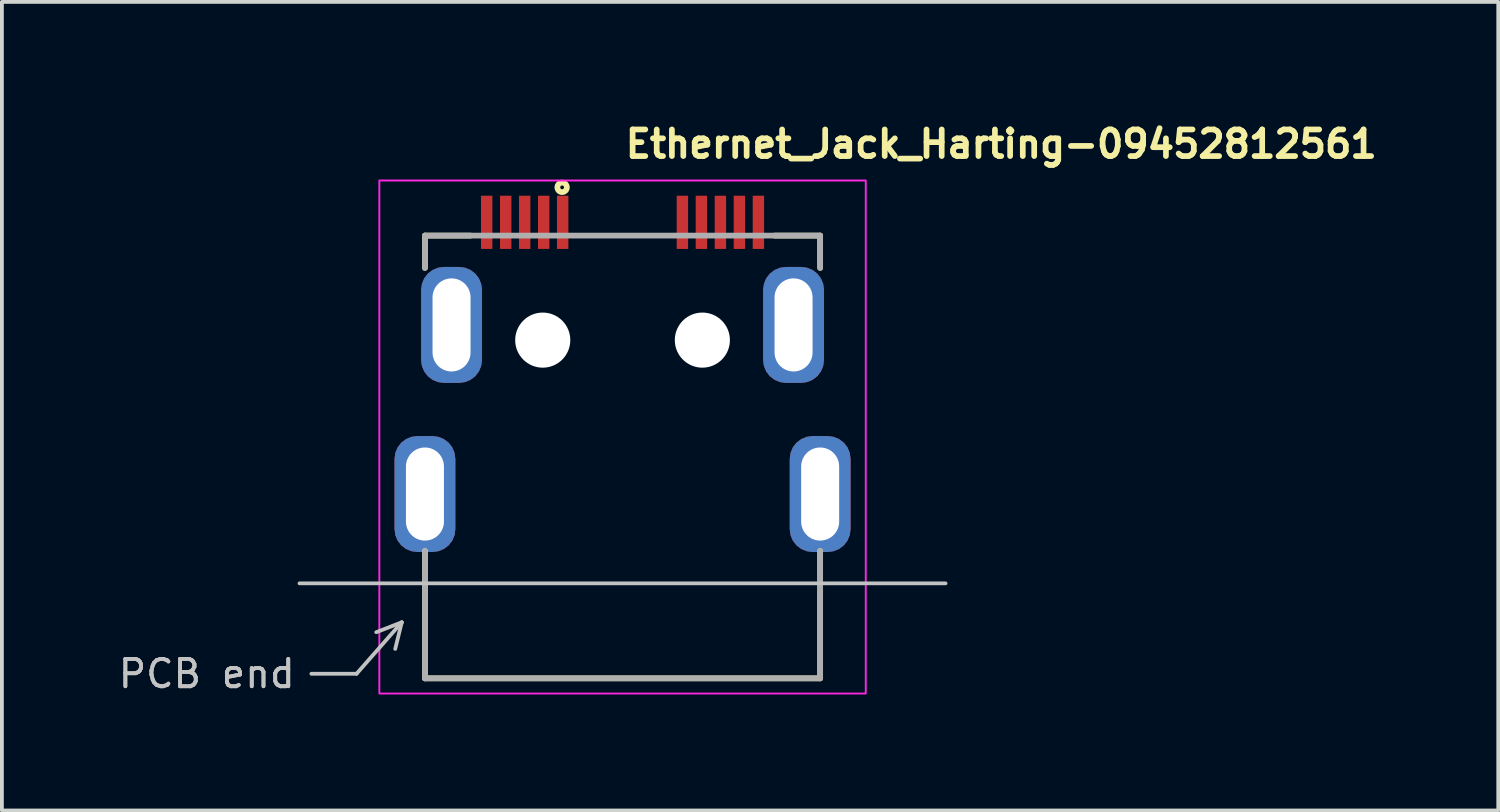
<source format=kicad_pcb>
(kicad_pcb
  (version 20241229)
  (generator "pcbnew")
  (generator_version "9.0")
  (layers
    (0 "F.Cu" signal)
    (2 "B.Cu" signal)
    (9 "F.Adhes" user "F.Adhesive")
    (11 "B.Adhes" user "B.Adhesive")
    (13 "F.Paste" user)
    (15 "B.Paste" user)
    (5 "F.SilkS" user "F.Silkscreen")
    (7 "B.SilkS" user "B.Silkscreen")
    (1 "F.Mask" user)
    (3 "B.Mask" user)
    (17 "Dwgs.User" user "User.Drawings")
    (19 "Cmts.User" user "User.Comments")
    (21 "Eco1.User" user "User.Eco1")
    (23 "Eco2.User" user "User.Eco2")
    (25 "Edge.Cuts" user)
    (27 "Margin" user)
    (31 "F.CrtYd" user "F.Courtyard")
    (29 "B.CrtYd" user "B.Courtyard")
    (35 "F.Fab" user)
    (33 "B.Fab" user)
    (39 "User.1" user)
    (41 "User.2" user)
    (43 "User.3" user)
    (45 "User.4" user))
  (footprint "Ethernet_Jack_Harting-09452812561"
    (layer "F.Cu")
    (at 13.332 8.6)
    (property "Reference" "Ethernet_Jack_Harting-09452812561" (at 0 -7.45 0) (unlocked yes) (layer "F.SilkS") (effects (font (size 0.7 0.7) (thickness 0.15)) (justify left bottom)))
    (attr smd)
    (fp_line (start -5.2 -5.45) (end -4 -5.45) (stroke (width 0.15) (type solid)) (layer "F.SilkS"))
    (fp_line (start -5.2 -4.6) (end -5.2 -5.45) (stroke (width 0.15) (type solid)) (layer "F.SilkS"))
    (fp_line (start -5.2 2.85) (end -5.2 6.2) (stroke (width 0.15) (type solid)) (layer "F.SilkS"))
    (fp_line (start -5.2 6.2) (end 5.2 6.2) (stroke (width 0.15) (type solid)) (layer "F.SilkS"))
    (fp_line (start 4 -5.45) (end 5.2 -5.45) (stroke (width 0.15) (type solid)) (layer "F.SilkS"))
    (fp_line (start 5.2 -5.45) (end 5.2 -4.6) (stroke (width 0.15) (type solid)) (layer "F.SilkS"))
    (fp_line (start 5.2 6.2) (end 5.2 2.85) (stroke (width 0.15) (type solid)) (layer "F.SilkS"))
    (fp_circle (center -1.59 -6.72) (end -1.56 -6.68) (stroke (width 0.15) (type default)) (fill no) (layer "F.SilkS"))
    (fp_line (start -8.5 3.7) (end 8.5 3.7) (stroke (width 0.1) (type solid)) (layer "Dwgs.User"))
    (fp_rect (start -6.4 -6.9) (end 6.4 6.6) (stroke (width 0.05) (type solid)) (fill no) (layer "F.CrtYd"))
    (fp_line (start -5.2 -5.45) (end 5.2 -5.45) (stroke (width 0.15) (type solid)) (layer "F.Fab"))
    (fp_line (start -5.2 -4.6) (end -5.2 -5.45) (stroke (width 0.15) (type solid)) (layer "F.Fab"))
    (fp_line (start -5.2 2.85) (end -5.2 6.2) (stroke (width 0.15) (type solid)) (layer "F.Fab"))
    (fp_line (start -5.2 6.2) (end 5.2 6.2) (stroke (width 0.15) (type solid)) (layer "F.Fab"))
    (fp_line (start 5.2 -5.45) (end 5.2 -4.6) (stroke (width 0.15) (type solid)) (layer "F.Fab"))
    (fp_line (start 5.2 6.2) (end 5.2 2.85) (stroke (width 0.15) (type solid)) (layer "F.Fab"))
    (fp_rect (start -5.4 -6.2) (end 5.4 6.2) (stroke (width 0.1) (type solid)) (fill no) (layer "User.5"))
    (fp_line (start -5.4 0.2) (end -5.4 2.1) (stroke (width 0.02) (type solid)) (layer "User.9"))
    (fp_line (start -5.4 0.2) (end -3.9 0.2) (stroke (width 0.02) (type solid)) (layer "User.9"))
    (fp_line (start -5.2 -4.7) (end -5.2 -4.7) (stroke (width 0.02) (type solid)) (layer "User.9"))
    (fp_line (start -5.2 -4.7) (end -5.2 -0.75) (stroke (width 0.02) (type solid)) (layer "User.9"))
    (fp_line (start -5.2 -0.15) (end -5.2 -0.75) (stroke (width 0.02) (type solid)) (layer "User.9"))
    (fp_line (start -5.2 -0.15) (end -4.95 -0.15) (stroke (width 0.02) (type solid)) (layer "User.9"))
    (fp_line (start -5.199 -4.737) (end -5.2 -4.7) (stroke (width 0.02) (type solid)) (layer "User.9"))
    (fp_line (start -5.195 -4.774) (end -5.199 -4.737) (stroke (width 0.02) (type solid)) (layer "User.9"))
    (fp_line (start -5.185 -4.847) (end -5.195 -4.774) (stroke (width 0.02) (type solid)) (layer "User.9"))
    (fp_line (start -5.165 -4.917) (end -5.185 -4.847) (stroke (width 0.02) (type solid)) (layer "User.9"))
    (fp_line (start -5.139 -4.985) (end -5.165 -4.917) (stroke (width 0.02) (type solid)) (layer "User.9"))
    (fp_line (start -5.106 -5.051) (end -5.139 -4.985) (stroke (width 0.02) (type solid)) (layer "User.9"))
    (fp_line (start -5.067 -5.112) (end -5.106 -5.051) (stroke (width 0.02) (type solid)) (layer "User.9"))
    (fp_line (start -5.045 5.998) (end -5.043 5.994) (stroke (width 0.02) (type solid)) (layer "User.9"))
    (fp_line (start -5.045 5.998) (end -4.7 6.2) (stroke (width 0.02) (type solid)) (layer "User.9"))
    (fp_line (start -5.043 5.994) (end -5.037 5.984) (stroke (width 0.02) (type solid)) (layer "User.9"))
    (fp_line (start -5.037 5.984) (end -5.027 5.968) (stroke (width 0.02) (type solid)) (layer "User.9"))
    (fp_line (start -5.027 5.968) (end -5.016 5.948) (stroke (width 0.02) (type solid)) (layer "User.9"))
    (fp_line (start -5.024 -5.171) (end -5.067 -5.112) (stroke (width 0.02) (type solid)) (layer "User.9"))
    (fp_line (start -5.016 5.948) (end -5 5.921) (stroke (width 0.02) (type solid)) (layer "User.9"))
    (fp_line (start -5 5.921) (end -4.983 5.891) (stroke (width 0.02) (type solid)) (layer "User.9"))
    (fp_line (start -4.983 5.891) (end -4.963 5.859) (stroke (width 0.02) (type solid)) (layer "User.9"))
    (fp_line (start -4.974 -5.224) (end -5.024 -5.171) (stroke (width 0.02) (type solid)) (layer "User.9"))
    (fp_line (start -4.963 5.859) (end -4.944 5.825) (stroke (width 0.02) (type solid)) (layer "User.9"))
    (fp_line (start -4.95 -0.75) (end -5.2 -0.75) (stroke (width 0.02) (type solid)) (layer "User.9"))
    (fp_line (start -4.95 -0.15) (end -4.8 -0.15) (stroke (width 0.02) (type solid)) (layer "User.9"))
    (fp_line (start -4.944 5.825) (end -4.754 5.502) (stroke (width 0.02) (type solid)) (layer "User.9"))
    (fp_line (start -4.92 -5.274) (end -4.974 -5.224) (stroke (width 0.02) (type solid)) (layer "User.9"))
    (fp_line (start -4.862 -5.318) (end -4.92 -5.274) (stroke (width 0.02) (type solid)) (layer "User.9"))
    (fp_line (start -4.8 -5.356) (end -4.862 -5.318) (stroke (width 0.02) (type solid)) (layer "User.9"))
    (fp_line (start -4.8 -4.7) (end -4.8 -0.75) (stroke (width 0.02) (type solid)) (layer "User.9"))
    (fp_line (start -4.8 -4.7) (end -4.796 -4.75) (stroke (width 0.02) (type solid)) (layer "User.9"))
    (fp_line (start -4.8 -0.75) (end -5.2 -0.75) (stroke (width 0.02) (type solid)) (layer "User.9"))
    (fp_line (start -4.8 -0.75) (end -4.95 -0.75) (stroke (width 0.02) (type solid)) (layer "User.9"))
    (fp_line (start -4.8 -0.75) (end -4.8 -0.15) (stroke (width 0.02) (type solid)) (layer "User.9"))
    (fp_line (start -4.796 -4.75) (end -4.786 -4.799) (stroke (width 0.02) (type solid)) (layer "User.9"))
    (fp_line (start -4.786 -4.799) (end -4.768 -4.845) (stroke (width 0.02) (type solid)) (layer "User.9"))
    (fp_line (start -4.768 -4.845) (end -4.744 -4.889) (stroke (width 0.02) (type solid)) (layer "User.9"))
    (fp_line (start -4.754 5.502) (end -4.755 5.502) (stroke (width 0.02) (type solid)) (layer "User.9"))
    (fp_line (start -4.744 -4.889) (end -4.714 -4.929) (stroke (width 0.02) (type solid)) (layer "User.9"))
    (fp_line (start -4.735 -5.389) (end -4.8 -5.356) (stroke (width 0.02) (type solid)) (layer "User.9"))
    (fp_line (start -4.731 5.455) (end -4.755 5.502) (stroke (width 0.02) (type solid)) (layer "User.9"))
    (fp_line (start -4.714 -4.929) (end -4.679 -4.965) (stroke (width 0.02) (type solid)) (layer "User.9"))
    (fp_line (start -4.714 5.405) (end -4.731 5.455) (stroke (width 0.02) (type solid)) (layer "User.9"))
    (fp_line (start -4.704 5.353) (end -4.714 5.405) (stroke (width 0.02) (type solid)) (layer "User.9"))
    (fp_line (start -4.701 -4.45) (end -4.701 -3.85) (stroke (width 0.02) (type solid)) (layer "User.9"))
    (fp_line (start -4.701 -4.45) (end -4.697 -4.496) (stroke (width 0.02) (type solid)) (layer "User.9"))
    (fp_line (start -4.7 -3.85) (end -4.7 0.2) (stroke (width 0.02) (type solid)) (layer "User.9"))
    (fp_line (start -4.7 2.1) (end -4.7 5.3) (stroke (width 0.02) (type solid)) (layer "User.9"))
    (fp_line (start -4.7 2.1) (end -3.9 2.1) (stroke (width 0.02) (type solid)) (layer "User.9"))
    (fp_line (start -4.7 5.3) (end -4.704 5.353) (stroke (width 0.02) (type solid)) (layer "User.9"))
    (fp_line (start -4.7 5.3) (end -4.3 5.3) (stroke (width 0.02) (type solid)) (layer "User.9"))
    (fp_line (start -4.699 6.199) (end -4.7 6.2) (stroke (width 0.02) (type solid)) (layer "User.9"))
    (fp_line (start -4.698 6.196) (end -4.699 6.199) (stroke (width 0.02) (type solid)) (layer "User.9"))
    (fp_line (start -4.697 -4.496) (end -4.687 -4.541) (stroke (width 0.02) (type solid)) (layer "User.9"))
    (fp_line (start -4.692 6.186) (end -4.698 6.196) (stroke (width 0.02) (type solid)) (layer "User.9"))
    (fp_line (start -4.687 -4.541) (end -4.669 -4.584) (stroke (width 0.02) (type solid)) (layer "User.9"))
    (fp_line (start -4.683 6.17) (end -4.692 6.186) (stroke (width 0.02) (type solid)) (layer "User.9"))
    (fp_line (start -4.679 -4.965) (end -4.639 -4.995) (stroke (width 0.02) (type solid)) (layer "User.9"))
    (fp_line (start -4.67 6.149) (end -4.683 6.17) (stroke (width 0.02) (type solid)) (layer "User.9"))
    (fp_line (start -4.669 -4.584) (end -4.646 -4.624) (stroke (width 0.02) (type solid)) (layer "User.9"))
    (fp_line (start -4.666 -5.414) (end -4.735 -5.389) (stroke (width 0.02) (type solid)) (layer "User.9"))
    (fp_line (start -4.655 6.124) (end -4.67 6.149) (stroke (width 0.02) (type solid)) (layer "User.9"))
    (fp_line (start -4.646 -4.624) (end -4.616 -4.659) (stroke (width 0.02) (type solid)) (layer "User.9"))
    (fp_line (start -4.639 -4.995) (end -4.595 -5.018) (stroke (width 0.02) (type solid)) (layer "User.9"))
    (fp_line (start -4.639 6.094) (end -4.655 6.124) (stroke (width 0.02) (type solid)) (layer "User.9"))
    (fp_line (start -4.619 6.062) (end -4.639 6.094) (stroke (width 0.02) (type solid)) (layer "User.9"))
    (fp_line (start -4.616 -4.659) (end -4.581 -4.689) (stroke (width 0.02) (type solid)) (layer "User.9"))
    (fp_line (start -4.599 6.027) (end -4.944 5.825) (stroke (width 0.02) (type solid)) (layer "User.9"))
    (fp_line (start -4.599 6.027) (end -4.619 6.062) (stroke (width 0.02) (type solid)) (layer "User.9"))
    (fp_line (start -4.596 -5.434) (end -4.666 -5.414) (stroke (width 0.02) (type solid)) (layer "User.9"))
    (fp_line (start -4.595 -5.018) (end -4.549 -5.036) (stroke (width 0.02) (type solid)) (layer "User.9"))
    (fp_line (start -4.581 -4.689) (end -4.542 -4.715) (stroke (width 0.02) (type solid)) (layer "User.9"))
    (fp_line (start -4.549 -5.036) (end -4.499 -5.046) (stroke (width 0.02) (type solid)) (layer "User.9"))
    (fp_line (start -4.542 -4.715) (end -4.5 -4.733) (stroke (width 0.02) (type solid)) (layer "User.9"))
    (fp_line (start -4.524 -5.446) (end -4.596 -5.434) (stroke (width 0.02) (type solid)) (layer "User.9"))
    (fp_line (start -4.5 -4.75) (end -4.5 -3.85) (stroke (width 0.02) (type solid)) (layer "User.9"))
    (fp_line (start -4.5 -4.75) (end -4 -4.75) (stroke (width 0.02) (type solid)) (layer "User.9"))
    (fp_line (start -4.5 -3.85) (end -4.701 -3.85) (stroke (width 0.02) (type solid)) (layer "User.9"))
    (fp_line (start -4.499 -5.046) (end -4.45 -5.05) (stroke (width 0.02) (type solid)) (layer "User.9"))
    (fp_line (start -4.487 -5.449) (end -4.524 -5.446) (stroke (width 0.02) (type solid)) (layer "User.9"))
    (fp_line (start -4.45 -5.45) (end -4.487 -5.449) (stroke (width 0.02) (type solid)) (layer "User.9"))
    (fp_line (start -4.45 -5.45) (end -2.5 -5.45) (stroke (width 0.02) (type solid)) (layer "User.9"))
    (fp_line (start -4.45 -5.05) (end -2.5 -5.05) (stroke (width 0.02) (type solid)) (layer "User.9"))
    (fp_line (start -4.41 5.704) (end -4.599 6.027) (stroke (width 0.02) (type solid)) (layer "User.9"))
    (fp_line (start -4.41 5.704) (end -4.377 5.642) (stroke (width 0.02) (type solid)) (layer "User.9"))
    (fp_line (start -4.377 5.642) (end -4.349 5.577) (stroke (width 0.02) (type solid)) (layer "User.9"))
    (fp_line (start -4.349 5.577) (end -4.328 5.509) (stroke (width 0.02) (type solid)) (layer "User.9"))
    (fp_line (start -4.328 5.509) (end -4.312 5.441) (stroke (width 0.02) (type solid)) (layer "User.9"))
    (fp_line (start -4.312 5.441) (end -4.303 5.371) (stroke (width 0.02) (type solid)) (layer "User.9"))
    (fp_line (start -4.303 5.371) (end -4.3 5.3) (stroke (width 0.02) (type solid)) (layer "User.9"))
    (fp_line (start -4.2 0.2) (end -4.2 2.1) (stroke (width 0.02) (type solid)) (layer "User.9"))
    (fp_line (start -4.2 2.1) (end -5.4 2.1) (stroke (width 0.02) (type solid)) (layer "User.9"))
    (fp_line (start -4 -4.75) (end -4 -3.85) (stroke (width 0.02) (type solid)) (layer "User.9"))
    (fp_line (start -4 -4.75) (end -2.5 -4.75) (stroke (width 0.02) (type solid)) (layer "User.9"))
    (fp_line (start -3.9 -3.85) (end -4.7 -3.85) (stroke (width 0.02) (type solid)) (layer "User.9"))
    (fp_line (start -3.9 -3.85) (end -3.9 0.2) (stroke (width 0.02) (type solid)) (layer "User.9"))
    (fp_line (start -3.9 -3.85) (end -3.8 -3.85) (stroke (width 0.02) (type solid)) (layer "User.9"))
    (fp_line (start -3.9 2.1) (end -3.9 5.3) (stroke (width 0.02) (type solid)) (layer "User.9"))
    (fp_line (start -3.9 5.3) (end -4.7 5.3) (stroke (width 0.02) (type solid)) (layer "User.9"))
    (fp_line (start -3.9 5.3) (end -3.1 5.3) (stroke (width 0.02) (type solid)) (layer "User.9"))
    (fp_line (start -3.8 -3.85) (end -3.8 -3.85) (stroke (width 0.02) (type solid)) (layer "User.9"))
    (fp_line (start -3.7 -6.2) (end -3.7 -5.65) (stroke (width 0.02) (type solid)) (layer "User.9"))
    (fp_line (start -3.7 -5.65) (end -3.7 -5.45) (stroke (width 0.02) (type solid)) (layer "User.9"))
    (fp_line (start -3.7 -5.65) (end -3.45 -5.65) (stroke (width 0.02) (type solid)) (layer "User.9"))
    (fp_line (start -3.7 -5.05) (end -3.7 -4.89) (stroke (width 0.02) (type solid)) (layer "User.9"))
    (fp_line (start -3.7 -4.89) (end -3.7 -4.75) (stroke (width 0.02) (type solid)) (layer "User.9"))
    (fp_line (start -3.7 -4.89) (end -3.45 -4.89) (stroke (width 0.02) (type solid)) (layer "User.9"))
    (fp_line (start -3.7 -4.75) (end -3.7 -4.89) (stroke (width 0.02) (type solid)) (layer "User.9"))
    (fp_line (start -3.45 -6.2) (end -3.7 -6.2) (stroke (width 0.02) (type solid)) (layer "User.9"))
    (fp_line (start -3.45 -6.2) (end -3.45 -5.65) (stroke (width 0.02) (type solid)) (layer "User.9"))
    (fp_line (start -3.45 -5.65) (end -3.45 -5.45) (stroke (width 0.02) (type solid)) (layer "User.9"))
    (fp_line (start -3.45 -5.45) (end -3.7 -5.45) (stroke (width 0.02) (type solid)) (layer "User.9"))
    (fp_line (start -3.45 -5.05) (end -3.45 -4.89) (stroke (width 0.02) (type solid)) (layer "User.9"))
    (fp_line (start -3.45 -4.89) (end -3.45 -4.75) (stroke (width 0.02) (type solid)) (layer "User.9"))
    (fp_line (start -3.2 -6.2) (end -3.2 -5.65) (stroke (width 0.02) (type solid)) (layer "User.9"))
    (fp_line (start -3.2 -5.65) (end -3.2 -5.45) (stroke (width 0.02) (type solid)) (layer "User.9"))
    (fp_line (start -3.2 -5.65) (end -2.95 -5.65) (stroke (width 0.02) (type solid)) (layer "User.9"))
    (fp_line (start -3.2 -5.05) (end -3.45 -5.05) (stroke (width 0.02) (type solid)) (layer "User.9"))
    (fp_line (start -3.2 -5.05) (end -3.2 -4.89) (stroke (width 0.02) (type solid)) (layer "User.9"))
    (fp_line (start -3.2 -4.89) (end -3.2 -4.75) (stroke (width 0.02) (type solid)) (layer "User.9"))
    (fp_line (start -3.2 -4.89) (end -2.95 -4.89) (stroke (width 0.02) (type solid)) (layer "User.9"))
    (fp_line (start -3.2 -4.75) (end -3.2 -4.89) (stroke (width 0.02) (type solid)) (layer "User.9"))
    (fp_line (start -3.1 -4.55) (end -3.8 -3.85) (stroke (width 0.02) (type solid)) (layer "User.9"))
    (fp_line (start -3.1 -4.55) (end -3.1 -4.55) (stroke (width 0.02) (type solid)) (layer "User.9"))
    (fp_line (start -3.1 -4.55) (end -2.5 -4.55) (stroke (width 0.02) (type solid)) (layer "User.9"))
    (fp_line (start -3.1 5.1) (end -3.9 2.1) (stroke (width 0.02) (type solid)) (layer "User.9"))
    (fp_line (start -3.1 5.1) (end -3.1 5.7) (stroke (width 0.02) (type solid)) (layer "User.9"))
    (fp_line (start -3.1 5.7) (end -3.1 5.3) (stroke (width 0.02) (type solid)) (layer "User.9"))
    (fp_line (start -3.1 6.2) (end -3.1 5.7) (stroke (width 0.02) (type solid)) (layer "User.9"))
    (fp_line (start -2.95 -6.2) (end -3.2 -6.2) (stroke (width 0.02) (type solid)) (layer "User.9"))
    (fp_line (start -2.95 -6.2) (end -2.95 -5.65) (stroke (width 0.02) (type solid)) (layer "User.9"))
    (fp_line (start -2.95 -5.65) (end -2.95 -5.45) (stroke (width 0.02) (type solid)) (layer "User.9"))
    (fp_line (start -2.95 -5.45) (end -3.2 -5.45) (stroke (width 0.02) (type solid)) (layer "User.9"))
    (fp_line (start -2.95 -5.05) (end -2.95 -4.89) (stroke (width 0.02) (type solid)) (layer "User.9"))
    (fp_line (start -2.95 -4.89) (end -2.95 -4.75) (stroke (width 0.02) (type solid)) (layer "User.9"))
    (fp_line (start -2.916 0.2) (end -4.2 0.2) (stroke (width 0.02) (type solid)) (layer "User.9"))
    (fp_line (start -2.7 -6.2) (end -2.7 -5.65) (stroke (width 0.02) (type solid)) (layer "User.9"))
    (fp_line (start -2.7 -5.65) (end -2.7 -5.45) (stroke (width 0.02) (type solid)) (layer "User.9"))
    (fp_line (start -2.7 -5.65) (end -2.45 -5.65) (stroke (width 0.02) (type solid)) (layer "User.9"))
    (fp_line (start -2.7 -5.45) (end -2.7 -5.65) (stroke (width 0.02) (type solid)) (layer "User.9"))
    (fp_line (start -2.7 -5.05) (end -2.95 -5.05) (stroke (width 0.02) (type solid)) (layer "User.9"))
    (fp_line (start -2.7 -5.05) (end -2.7 -4.89) (stroke (width 0.02) (type solid)) (layer "User.9"))
    (fp_line (start -2.7 -4.89) (end -2.7 -4.75) (stroke (width 0.02) (type solid)) (layer "User.9"))
    (fp_line (start -2.7 -4.89) (end -2.5 -4.89) (stroke (width 0.02) (type solid)) (layer "User.9"))
    (fp_line (start -2.7 -4.75) (end -2.7 -4.89) (stroke (width 0.02) (type solid)) (layer "User.9"))
    (fp_line (start -2.5 -5.45) (end -2.5 -5.05) (stroke (width 0.02) (type solid)) (layer "User.9"))
    (fp_line (start -2.5 -5.45) (end -2.45 -5.45) (stroke (width 0.02) (type solid)) (layer "User.9"))
    (fp_line (start -2.5 -5.45) (end -1 -5.45) (stroke (width 0.02) (type solid)) (layer "User.9"))
    (fp_line (start -2.5 -5.105) (end -2.5 -4.592) (stroke (width 0.02) (type solid)) (layer "User.9"))
    (fp_line (start -2.5 -5.105) (end -1 -5.105) (stroke (width 0.02) (type solid)) (layer "User.9"))
    (fp_line (start -2.5 -4.55) (end -2.5 -4.592) (stroke (width 0.02) (type solid)) (layer "User.9"))
    (fp_line (start -2.5 -4.55) (end -1 -4.55) (stroke (width 0.02) (type solid)) (layer "User.9"))
    (fp_line (start -2.45 -6.2) (end -2.7 -6.2) (stroke (width 0.02) (type solid)) (layer "User.9"))
    (fp_line (start -2.45 -6.2) (end -2.45 -5.65) (stroke (width 0.02) (type solid)) (layer "User.9"))
    (fp_line (start -2.45 -5.65) (end -2.45 -5.45) (stroke (width 0.02) (type solid)) (layer "User.9"))
    (fp_line (start -2.4 6.2) (end -2.2 6.2) (stroke (width 0.02) (type solid)) (layer "User.9"))
    (fp_line (start -2.4 6.2) (end 2.75 6.2) (stroke (width 0.02) (type solid)) (layer "User.9"))
    (fp_line (start -2.2 -6.2) (end -2.2 -5.65) (stroke (width 0.02) (type solid)) (layer "User.9"))
    (fp_line (start -2.2 -5.65) (end -2.2 -5.45) (stroke (width 0.02) (type solid)) (layer "User.9"))
    (fp_line (start -2.2 -5.65) (end -1.95 -5.65) (stroke (width 0.02) (type solid)) (layer "User.9"))
    (fp_line (start -2.03 1.35) (end -2.916 0.2) (stroke (width 0.02) (type solid)) (layer "User.9"))
    (fp_line (start -1.95 -6.2) (end -2.2 -6.2) (stroke (width 0.02) (type solid)) (layer "User.9"))
    (fp_line (start -1.95 -6.2) (end -1.95 -5.65) (stroke (width 0.02) (type solid)) (layer "User.9"))
    (fp_line (start -1.95 -5.65) (end -1.95 -5.45) (stroke (width 0.02) (type solid)) (layer "User.9"))
    (fp_line (start -1.95 -5.45) (end -1.95 -5.65) (stroke (width 0.02) (type solid)) (layer "User.9"))
    (fp_line (start -1.7 -6.2) (end -1.7 -5.65) (stroke (width 0.02) (type solid)) (layer "User.9"))
    (fp_line (start -1.7 -5.65) (end -1.7 -5.45) (stroke (width 0.02) (type solid)) (layer "User.9"))
    (fp_line (start -1.7 -5.65) (end -1.45 -5.65) (stroke (width 0.02) (type solid)) (layer "User.9"))
    (fp_line (start -1.7 -5.45) (end -1.7 -5.65) (stroke (width 0.02) (type solid)) (layer "User.9"))
    (fp_line (start -1.45 -6.2) (end -1.7 -6.2) (stroke (width 0.02) (type solid)) (layer "User.9"))
    (fp_line (start -1.45 -6.2) (end -1.45 -5.45) (stroke (width 0.02) (type solid)) (layer "User.9"))
    (fp_line (start -1.45 -5.65) (end -1.45 -5.45) (stroke (width 0.02) (type solid)) (layer "User.9"))
    (fp_line (start -1 -5.45) (end 1 -5.45) (stroke (width 0.02) (type solid)) (layer "User.9"))
    (fp_line (start -1 -5.105) (end -1 -5.45) (stroke (width 0.02) (type solid)) (layer "User.9"))
    (fp_line (start -1 -5.105) (end -1 -4.55) (stroke (width 0.02) (type solid)) (layer "User.9"))
    (fp_line (start -1 -5.05) (end 1 -5.05) (stroke (width 0.02) (type solid)) (layer "User.9"))
    (fp_line (start -1 -4.55) (end -1 -4.592) (stroke (width 0.02) (type solid)) (layer "User.9"))
    (fp_line (start -1 -4.55) (end 1 -4.55) (stroke (width 0.02) (type solid)) (layer "User.9"))
    (fp_line (start 1 -5.45) (end 1 -5.105) (stroke (width 0.02) (type solid)) (layer "User.9"))
    (fp_line (start 1 -5.45) (end 1 -5.105) (stroke (width 0.02) (type solid)) (layer "User.9"))
    (fp_line (start 1 -5.45) (end 2.5 -5.45) (stroke (width 0.02) (type solid)) (layer "User.9"))
    (fp_line (start 1 -5.105) (end 1 -4.592) (stroke (width 0.02) (type solid)) (layer "User.9"))
    (fp_line (start 1 -5.105) (end 2.5 -5.105) (stroke (width 0.02) (type solid)) (layer "User.9"))
    (fp_line (start 1 -4.55) (end 1 -4.592) (stroke (width 0.02) (type solid)) (layer "User.9"))
    (fp_line (start 1 -4.55) (end 2.5 -4.55) (stroke (width 0.02) (type solid)) (layer "User.9"))
    (fp_line (start 1.45 -6.2) (end 1.45 -5.65) (stroke (width 0.02) (type solid)) (layer "User.9"))
    (fp_line (start 1.45 -6.2) (end 1.7 -6.2) (stroke (width 0.02) (type solid)) (layer "User.9"))
    (fp_line (start 1.45 -5.65) (end 1.7 -5.65) (stroke (width 0.02) (type solid)) (layer "User.9"))
    (fp_line (start 1.45 -5.45) (end 1.45 -5.65) (stroke (width 0.02) (type solid)) (layer "User.9"))
    (fp_line (start 1.7 -5.65) (end 1.7 -6.2) (stroke (width 0.02) (type solid)) (layer "User.9"))
    (fp_line (start 1.7 -5.45) (end 1.7 -5.65) (stroke (width 0.02) (type solid)) (layer "User.9"))
    (fp_line (start 1.7 -5.45) (end 1.7 -5.65) (stroke (width 0.02) (type solid)) (layer "User.9"))
    (fp_line (start 1.95 -6.2) (end 1.95 -5.65) (stroke (width 0.02) (type solid)) (layer "User.9"))
    (fp_line (start 1.95 -6.2) (end 2.2 -6.2) (stroke (width 0.02) (type solid)) (layer "User.9"))
    (fp_line (start 1.95 -5.65) (end 2.2 -5.65) (stroke (width 0.02) (type solid)) (layer "User.9"))
    (fp_line (start 1.95 -5.45) (end 1.95 -5.65) (stroke (width 0.02) (type solid)) (layer "User.9"))
    (fp_line (start 1.95 -5.45) (end 1.95 -5.65) (stroke (width 0.02) (type solid)) (layer "User.9"))
    (fp_line (start 2.031 1.35) (end -2.03 1.35) (stroke (width 0.02) (type solid)) (layer "User.9"))
    (fp_line (start 2.2 -5.65) (end 2.2 -6.2) (stroke (width 0.02) (type solid)) (layer "User.9"))
    (fp_line (start 2.2 -5.45) (end 2.2 -5.65) (stroke (width 0.02) (type solid)) (layer "User.9"))
    (fp_line (start 2.2 -5.45) (end 2.7 -5.45) (stroke (width 0.02) (type solid)) (layer "User.9"))
    (fp_line (start 2.45 -6.2) (end 2.45 -5.65) (stroke (width 0.02) (type solid)) (layer "User.9"))
    (fp_line (start 2.45 -6.2) (end 2.7 -6.2) (stroke (width 0.02) (type solid)) (layer "User.9"))
    (fp_line (start 2.45 -5.65) (end 2.7 -5.65) (stroke (width 0.02) (type solid)) (layer "User.9"))
    (fp_line (start 2.45 -5.45) (end 2.45 -5.65) (stroke (width 0.02) (type solid)) (layer "User.9"))
    (fp_line (start 2.5 -5.45) (end 2.45 -5.45) (stroke (width 0.02) (type solid)) (layer "User.9"))
    (fp_line (start 2.5 -5.105) (end 2.5 -5.45) (stroke (width 0.02) (type solid)) (layer "User.9"))
    (fp_line (start 2.5 -5.105) (end 2.5 -4.592) (stroke (width 0.02) (type solid)) (layer "User.9"))
    (fp_line (start 2.5 -5.05) (end 2.5 -5.105) (stroke (width 0.02) (type solid)) (layer "User.9"))
    (fp_line (start 2.5 -5.05) (end 4.45 -5.05) (stroke (width 0.02) (type solid)) (layer "User.9"))
    (fp_line (start 2.5 -4.89) (end 2.5 -4.75) (stroke (width 0.02) (type solid)) (layer "User.9"))
    (fp_line (start 2.5 -4.89) (end 2.7 -4.89) (stroke (width 0.02) (type solid)) (layer "User.9"))
    (fp_line (start 2.5 -4.55) (end 2.5 -4.592) (stroke (width 0.02) (type solid)) (layer "User.9"))
    (fp_line (start 2.5 -4.55) (end 3.1 -4.55) (stroke (width 0.02) (type solid)) (layer "User.9"))
    (fp_line (start 2.7 -5.65) (end 2.7 -6.2) (stroke (width 0.02) (type solid)) (layer "User.9"))
    (fp_line (start 2.7 -5.45) (end 2.7 -5.65) (stroke (width 0.02) (type solid)) (layer "User.9"))
    (fp_line (start 2.7 -5.05) (end 2.7 -4.89) (stroke (width 0.02) (type solid)) (layer "User.9"))
    (fp_line (start 2.7 -4.75) (end 2.7 -4.89) (stroke (width 0.02) (type solid)) (layer "User.9"))
    (fp_line (start 2.75 6.2) (end 2.55 6.2) (stroke (width 0.02) (type solid)) (layer "User.9"))
    (fp_line (start 2.915 0.2) (end 2.031 1.35) (stroke (width 0.02) (type solid)) (layer "User.9"))
    (fp_line (start 2.95 -6.2) (end 2.95 -5.65) (stroke (width 0.02) (type solid)) (layer "User.9"))
    (fp_line (start 2.95 -6.2) (end 3.2 -6.2) (stroke (width 0.02) (type solid)) (layer "User.9"))
    (fp_line (start 2.95 -5.65) (end 3.2 -5.65) (stroke (width 0.02) (type solid)) (layer "User.9"))
    (fp_line (start 2.95 -5.45) (end 2.95 -5.65) (stroke (width 0.02) (type solid)) (layer "User.9"))
    (fp_line (start 2.95 -5.05) (end 2.95 -4.89) (stroke (width 0.02) (type solid)) (layer "User.9"))
    (fp_line (start 2.95 -4.89) (end 3.2 -4.89) (stroke (width 0.02) (type solid)) (layer "User.9"))
    (fp_line (start 2.95 -4.75) (end 2.95 -4.89) (stroke (width 0.02) (type solid)) (layer "User.9"))
    (fp_line (start 3.1 5.1) (end 3.1 5.76) (stroke (width 0.02) (type solid)) (layer "User.9"))
    (fp_line (start 3.1 5.1) (end 3.9 2.1) (stroke (width 0.02) (type solid)) (layer "User.9"))
    (fp_line (start 3.1 5.3) (end 3.9 5.3) (stroke (width 0.02) (type solid)) (layer "User.9"))
    (fp_line (start 3.1 5.6) (end 3.1 5.3) (stroke (width 0.02) (type solid)) (layer "User.9"))
    (fp_line (start 3.1 5.6) (end 3.9 5.6) (stroke (width 0.02) (type solid)) (layer "User.9"))
    (fp_line (start 3.1 5.7) (end -3.1 5.7) (stroke (width 0.02) (type solid)) (layer "User.9"))
    (fp_line (start 3.1 5.76) (end 3.128 5.775) (stroke (width 0.02) (type solid)) (layer "User.9"))
    (fp_line (start 3.1 6.2) (end -3.1 6.2) (stroke (width 0.02) (type solid)) (layer "User.9"))
    (fp_line (start 3.1 6.2) (end 3.1 5.76) (stroke (width 0.02) (type solid)) (layer "User.9"))
    (fp_line (start 3.111 6.19) (end 3.1 6.188) (stroke (width 0.02) (type solid)) (layer "User.9"))
    (fp_line (start 3.121 6.191) (end 3.111 6.19) (stroke (width 0.02) (type solid)) (layer "User.9"))
    (fp_line (start 3.128 5.775) (end 3.162 5.788) (stroke (width 0.02) (type solid)) (layer "User.9"))
    (fp_line (start 3.132 6.193) (end 3.121 6.191) (stroke (width 0.02) (type solid)) (layer "User.9"))
    (fp_line (start 3.142 6.194) (end 3.132 6.193) (stroke (width 0.02) (type solid)) (layer "User.9"))
    (fp_line (start 3.153 6.195) (end 3.142 6.194) (stroke (width 0.02) (type solid)) (layer "User.9"))
    (fp_line (start 3.162 5.788) (end 3.202 5.797) (stroke (width 0.02) (type solid)) (layer "User.9"))
    (fp_line (start 3.163 6.197) (end 3.153 6.195) (stroke (width 0.02) (type solid)) (layer "User.9"))
    (fp_line (start 3.174 6.197) (end 3.163 6.197) (stroke (width 0.02) (type solid)) (layer "User.9"))
    (fp_line (start 3.184 6.198) (end 3.174 6.197) (stroke (width 0.02) (type solid)) (layer "User.9"))
    (fp_line (start 3.195 6.199) (end 3.184 6.198) (stroke (width 0.02) (type solid)) (layer "User.9"))
    (fp_line (start 3.2 -5.65) (end 3.2 -6.2) (stroke (width 0.02) (type solid)) (layer "User.9"))
    (fp_line (start 3.2 -5.45) (end 3.2 -5.65) (stroke (width 0.02) (type solid)) (layer "User.9"))
    (fp_line (start 3.2 -5.45) (end 3.2 -5.65) (stroke (width 0.02) (type solid)) (layer "User.9"))
    (fp_line (start 3.2 -5.05) (end 3.2 -4.89) (stroke (width 0.02) (type solid)) (layer "User.9"))
    (fp_line (start 3.2 -5.05) (end 3.45 -5.05) (stroke (width 0.02) (type solid)) (layer "User.9"))
    (fp_line (start 3.2 -4.75) (end 3.2 -4.89) (stroke (width 0.02) (type solid)) (layer "User.9"))
    (fp_line (start 3.2 -4.75) (end 3.2 -4.89) (stroke (width 0.02) (type solid)) (layer "User.9"))
    (fp_line (start 3.202 5.797) (end 3.248 5.8) (stroke (width 0.02) (type solid)) (layer "User.9"))
    (fp_line (start 3.206 6.199) (end 3.195 6.199) (stroke (width 0.02) (type solid)) (layer "User.9"))
    (fp_line (start 3.216 6.2) (end 3.206 6.199) (stroke (width 0.02) (type solid)) (layer "User.9"))
    (fp_line (start 3.248 6.2) (end 3.216 6.2) (stroke (width 0.02) (type solid)) (layer "User.9"))
    (fp_line (start 3.248 6.2) (end 3.248 6.2) (stroke (width 0.02) (type solid)) (layer "User.9"))
    (fp_line (start 3.45 -6.2) (end 3.45 -5.65) (stroke (width 0.02) (type solid)) (layer "User.9"))
    (fp_line (start 3.45 -6.2) (end 3.7 -6.2) (stroke (width 0.02) (type solid)) (layer "User.9"))
    (fp_line (start 3.45 -5.65) (end 3.7 -5.65) (stroke (width 0.02) (type solid)) (layer "User.9"))
    (fp_line (start 3.45 -5.45) (end 3.45 -5.65) (stroke (width 0.02) (type solid)) (layer "User.9"))
    (fp_line (start 3.45 -5.45) (end 3.45 -5.65) (stroke (width 0.02) (type solid)) (layer "User.9"))
    (fp_line (start 3.45 -5.05) (end 3.45 -4.89) (stroke (width 0.02) (type solid)) (layer "User.9"))
    (fp_line (start 3.45 -4.89) (end 3.7 -4.89) (stroke (width 0.02) (type solid)) (layer "User.9"))
    (fp_line (start 3.45 -4.75) (end 3.45 -4.89) (stroke (width 0.02) (type solid)) (layer "User.9"))
    (fp_line (start 3.7 -5.65) (end 3.7 -6.2) (stroke (width 0.02) (type solid)) (layer "User.9"))
    (fp_line (start 3.7 -5.45) (end 3.7 -5.65) (stroke (width 0.02) (type solid)) (layer "User.9"))
    (fp_line (start 3.7 -5.05) (end 3.7 -4.89) (stroke (width 0.02) (type solid)) (layer "User.9"))
    (fp_line (start 3.7 -4.75) (end 3.7 -4.89) (stroke (width 0.02) (type solid)) (layer "User.9"))
    (fp_line (start 3.7 -4.75) (end 3.7 -4.89) (stroke (width 0.02) (type solid)) (layer "User.9"))
    (fp_line (start 3.8 -3.85) (end 3.1 -4.55) (stroke (width 0.02) (type solid)) (layer "User.9"))
    (fp_line (start 3.8 -3.85) (end 3.9 -3.85) (stroke (width 0.02) (type solid)) (layer "User.9"))
    (fp_line (start 3.9 0.2) (end 3.9 -3.85) (stroke (width 0.02) (type solid)) (layer "User.9"))
    (fp_line (start 3.9 0.2) (end 4.2 0.2) (stroke (width 0.02) (type solid)) (layer "User.9"))
    (fp_line (start 3.9 2.1) (end 4.7 2.1) (stroke (width 0.02) (type solid)) (layer "User.9"))
    (fp_line (start 3.9 5.3) (end 3.9 2.1) (stroke (width 0.02) (type solid)) (layer "User.9"))
    (fp_line (start 3.9 5.6) (end 3.9 5.3) (stroke (width 0.02) (type solid)) (layer "User.9"))
    (fp_line (start 3.9 5.6) (end 3.9 5.601) (stroke (width 0.02) (type solid)) (layer "User.9"))
    (fp_line (start 3.9 5.6) (end 3.9 5.654) (stroke (width 0.02) (type solid)) (layer "User.9"))
    (fp_line (start 3.9 5.654) (end 3.903 5.704) (stroke (width 0.02) (type solid)) (layer "User.9"))
    (fp_line (start 3.9 6.2) (end 3.9 5.8) (stroke (width 0.02) (type solid)) (layer "User.9"))
    (fp_line (start 3.9 6.2) (end 4.1 6.2) (stroke (width 0.02) (type solid)) (layer "User.9"))
    (fp_line (start 3.903 5.704) (end 3.906 5.726) (stroke (width 0.02) (type solid)) (layer "User.9"))
    (fp_line (start 3.906 5.726) (end 3.911 5.745) (stroke (width 0.02) (type solid)) (layer "User.9"))
    (fp_line (start 3.911 5.745) (end 3.918 5.761) (stroke (width 0.02) (type solid)) (layer "User.9"))
    (fp_line (start 3.918 5.761) (end 3.927 5.773) (stroke (width 0.02) (type solid)) (layer "User.9"))
    (fp_line (start 3.927 5.773) (end 3.939 5.783) (stroke (width 0.02) (type solid)) (layer "User.9"))
    (fp_line (start 3.939 5.783) (end 3.954 5.79) (stroke (width 0.02) (type solid)) (layer "User.9"))
    (fp_line (start 3.954 5.79) (end 3.978 5.795) (stroke (width 0.02) (type solid)) (layer "User.9"))
    (fp_line (start 3.978 5.795) (end 3.998 5.798) (stroke (width 0.02) (type solid)) (layer "User.9"))
    (fp_line (start 3.998 5.798) (end 4.035 5.8) (stroke (width 0.02) (type solid)) (layer "User.9"))
    (fp_line (start 4 -3.85) (end 3.9 -3.85) (stroke (width 0.02) (type solid)) (layer "User.9"))
    (fp_line (start 4 -3.85) (end 4 -4.75) (stroke (width 0.02) (type solid)) (layer "User.9"))
    (fp_line (start 4.035 5.8) (end 4.46 5.8) (stroke (width 0.02) (type solid)) (layer "User.9"))
    (fp_line (start 4.1 6.2) (end 4.406 6.2) (stroke (width 0.02) (type solid)) (layer "User.9"))
    (fp_line (start 4.2 0.2) (end 2.915 0.2) (stroke (width 0.02) (type solid)) (layer "User.9"))
    (fp_line (start 4.2 0.2) (end 5.4 0.2) (stroke (width 0.02) (type solid)) (layer "User.9"))
    (fp_line (start 4.2 2.1) (end 4.2 0.2) (stroke (width 0.02) (type solid)) (layer "User.9"))
    (fp_line (start 4.3 5.3) (end 4.3 5.3) (stroke (width 0.02) (type solid)) (layer "User.9"))
    (fp_line (start 4.3 5.3) (end 4.3 5.7) (stroke (width 0.02) (type solid)) (layer "User.9"))
    (fp_line (start 4.406 5.8) (end 3.248 5.8) (stroke (width 0.02) (type solid)) (layer "User.9"))
    (fp_line (start 4.406 5.8) (end 4.406 6.05) (stroke (width 0.02) (type solid)) (layer "User.9"))
    (fp_line (start 4.406 6.05) (end 4.406 6.2) (stroke (width 0.02) (type solid)) (layer "User.9"))
    (fp_line (start 4.406 6.2) (end 3.248 6.2) (stroke (width 0.02) (type solid)) (layer "User.9"))
    (fp_line (start 4.407 5.7) (end 4.3 5.7) (stroke (width 0.02) (type solid)) (layer "User.9"))
    (fp_line (start 4.407 5.7) (end 4.599 6.027) (stroke (width 0.02) (type solid)) (layer "User.9"))
    (fp_line (start 4.45 -5.45) (end 2.5 -5.45) (stroke (width 0.02) (type solid)) (layer "User.9"))
    (fp_line (start 4.45 -5.45) (end 4.523 -5.446) (stroke (width 0.02) (type solid)) (layer "User.9"))
    (fp_line (start 4.499 -5.046) (end 4.45 -5.05) (stroke (width 0.02) (type solid)) (layer "User.9"))
    (fp_line (start 4.5 -4.75) (end 2.5 -4.75) (stroke (width 0.02) (type solid)) (layer "User.9"))
    (fp_line (start 4.5 -4.75) (end 4 -4.75) (stroke (width 0.02) (type solid)) (layer "User.9"))
    (fp_line (start 4.5 -3.85) (end 3.9 -3.85) (stroke (width 0.02) (type solid)) (layer "User.9"))
    (fp_line (start 4.5 -3.85) (end 4.5 -4.75) (stroke (width 0.02) (type solid)) (layer "User.9"))
    (fp_line (start 4.5 -3.85) (end 4.7 -3.85) (stroke (width 0.02) (type solid)) (layer "User.9"))
    (fp_line (start 4.5 5.86) (end 4.5 6.109) (stroke (width 0.02) (type solid)) (layer "User.9"))
    (fp_line (start 4.5 6.109) (end 4.5 6.2) (stroke (width 0.02) (type solid)) (layer "User.9"))
    (fp_line (start 4.5 6.2) (end 4.406 6.2) (stroke (width 0.02) (type solid)) (layer "User.9"))
    (fp_line (start 4.5 6.2) (end 4.607 6.2) (stroke (width 0.02) (type solid)) (layer "User.9"))
    (fp_line (start 4.523 -5.446) (end 4.596 -5.436) (stroke (width 0.02) (type solid)) (layer "User.9"))
    (fp_line (start 4.542 -4.715) (end 4.5 -4.733) (stroke (width 0.02) (type solid)) (layer "User.9"))
    (fp_line (start 4.549 -5.036) (end 4.499 -5.046) (stroke (width 0.02) (type solid)) (layer "User.9"))
    (fp_line (start 4.581 -4.689) (end 4.542 -4.715) (stroke (width 0.02) (type solid)) (layer "User.9"))
    (fp_line (start 4.595 -5.018) (end 4.549 -5.036) (stroke (width 0.02) (type solid)) (layer "User.9"))
    (fp_line (start 4.596 -5.436) (end 4.667 -5.417) (stroke (width 0.02) (type solid)) (layer "User.9"))
    (fp_line (start 4.599 6.027) (end 4.637 6.093) (stroke (width 0.02) (type solid)) (layer "User.9"))
    (fp_line (start 4.607 6.2) (end 4.7 6.2) (stroke (width 0.02) (type solid)) (layer "User.9"))
    (fp_line (start 4.616 -4.659) (end 4.581 -4.689) (stroke (width 0.02) (type solid)) (layer "User.9"))
    (fp_line (start 4.637 6.093) (end 4.654 6.122) (stroke (width 0.02) (type solid)) (layer "User.9"))
    (fp_line (start 4.639 -4.995) (end 4.595 -5.018) (stroke (width 0.02) (type solid)) (layer "User.9"))
    (fp_line (start 4.646 -4.624) (end 4.616 -4.659) (stroke (width 0.02) (type solid)) (layer "User.9"))
    (fp_line (start 4.654 6.122) (end 4.669 6.148) (stroke (width 0.02) (type solid)) (layer "User.9"))
    (fp_line (start 4.667 -5.417) (end 4.737 -5.392) (stroke (width 0.02) (type solid)) (layer "User.9"))
    (fp_line (start 4.669 -4.584) (end 4.646 -4.624) (stroke (width 0.02) (type solid)) (layer "User.9"))
    (fp_line (start 4.669 6.148) (end 4.682 6.169) (stroke (width 0.02) (type solid)) (layer "User.9"))
    (fp_line (start 4.679 -4.965) (end 4.639 -4.995) (stroke (width 0.02) (type solid)) (layer "User.9"))
    (fp_line (start 4.682 6.169) (end 4.692 6.186) (stroke (width 0.02) (type solid)) (layer "User.9"))
    (fp_line (start 4.687 -4.541) (end 4.669 -4.584) (stroke (width 0.02) (type solid)) (layer "User.9"))
    (fp_line (start 4.692 6.186) (end 4.698 6.196) (stroke (width 0.02) (type solid)) (layer "User.9"))
    (fp_line (start 4.697 -4.496) (end 4.687 -4.541) (stroke (width 0.02) (type solid)) (layer "User.9"))
    (fp_line (start 4.698 6.196) (end 4.699 6.199) (stroke (width 0.02) (type solid)) (layer "User.9"))
    (fp_line (start 4.699 6.199) (end 4.7 6.2) (stroke (width 0.02) (type solid)) (layer "User.9"))
    (fp_line (start 4.7 -1.5) (end 4.8 -1.2) (stroke (width 0.02) (type solid)) (layer "User.9"))
    (fp_line (start 4.7 -0.15) (end 4.7 -3.85) (stroke (width 0.02) (type solid)) (layer "User.9"))
    (fp_line (start 4.7 0.2) (end 4.7 -0.15) (stroke (width 0.02) (type solid)) (layer "User.9"))
    (fp_line (start 4.7 5.3) (end 3.9 5.3) (stroke (width 0.02) (type solid)) (layer "User.9"))
    (fp_line (start 4.7 5.3) (end 4.7 2.1) (stroke (width 0.02) (type solid)) (layer "User.9"))
    (fp_line (start 4.7 5.968) (end 4.945 5.825) (stroke (width 0.02) (type solid)) (layer "User.9"))
    (fp_line (start 4.701 -4.45) (end 4.697 -4.496) (stroke (width 0.02) (type solid)) (layer "User.9"))
    (fp_line (start 4.701 -4.45) (end 4.701 -4.45) (stroke (width 0.02) (type solid)) (layer "User.9"))
    (fp_line (start 4.701 -3.85) (end 4.701 -4.45) (stroke (width 0.02) (type solid)) (layer "User.9"))
    (fp_line (start 4.704 5.353) (end 4.7 5.3) (stroke (width 0.02) (type solid)) (layer "User.9"))
    (fp_line (start 4.714 -4.929) (end 4.679 -4.965) (stroke (width 0.02) (type solid)) (layer "User.9"))
    (fp_line (start 4.714 5.405) (end 4.704 5.353) (stroke (width 0.02) (type solid)) (layer "User.9"))
    (fp_line (start 4.731 5.455) (end 4.714 5.405) (stroke (width 0.02) (type solid)) (layer "User.9"))
    (fp_line (start 4.737 -5.392) (end 4.803 -5.361) (stroke (width 0.02) (type solid)) (layer "User.9"))
    (fp_line (start 4.744 -4.889) (end 4.714 -4.929) (stroke (width 0.02) (type solid)) (layer "User.9"))
    (fp_line (start 4.755 5.502) (end 4.731 5.455) (stroke (width 0.02) (type solid)) (layer "User.9"))
    (fp_line (start 4.755 5.502) (end 4.945 5.825) (stroke (width 0.02) (type solid)) (layer "User.9"))
    (fp_line (start 4.768 -4.845) (end 4.744 -4.889) (stroke (width 0.02) (type solid)) (layer "User.9"))
    (fp_line (start 4.786 -4.799) (end 4.768 -4.845) (stroke (width 0.02) (type solid)) (layer "User.9"))
    (fp_line (start 4.796 -4.75) (end 4.786 -4.799) (stroke (width 0.02) (type solid)) (layer "User.9"))
    (fp_line (start 4.8 -4.7) (end 4.796 -4.75) (stroke (width 0.02) (type solid)) (layer "User.9"))
    (fp_line (start 4.8 -4.7) (end 4.8 -4.7) (stroke (width 0.02) (type solid)) (layer "User.9"))
    (fp_line (start 4.8 -4.7) (end 4.8 -0.75) (stroke (width 0.02) (type solid)) (layer "User.9"))
    (fp_line (start 4.8 -0.8) (end 4.7 -0.8) (stroke (width 0.02) (type solid)) (layer "User.9"))
    (fp_line (start 4.8 -0.8) (end 4.8 -0.15) (stroke (width 0.02) (type solid)) (layer "User.9"))
    (fp_line (start 4.803 -5.361) (end 4.867 -5.323) (stroke (width 0.02) (type solid)) (layer "User.9"))
    (fp_line (start 4.867 -5.323) (end 4.926 -5.28) (stroke (width 0.02) (type solid)) (layer "User.9"))
    (fp_line (start 4.926 -5.28) (end 4.98 -5.23) (stroke (width 0.02) (type solid)) (layer "User.9"))
    (fp_line (start 4.944 5.825) (end 4.599 6.027) (stroke (width 0.02) (type solid)) (layer "User.9"))
    (fp_line (start 4.944 5.825) (end 4.964 5.86) (stroke (width 0.02) (type solid)) (layer "User.9"))
    (fp_line (start 4.95 -0.75) (end 4.8 -0.75) (stroke (width 0.02) (type solid)) (layer "User.9"))
    (fp_line (start 4.964 5.86) (end 4.984 5.892) (stroke (width 0.02) (type solid)) (layer "User.9"))
    (fp_line (start 4.98 -5.23) (end 5.03 -5.176) (stroke (width 0.02) (type solid)) (layer "User.9"))
    (fp_line (start 4.984 5.892) (end 5.001 5.922) (stroke (width 0.02) (type solid)) (layer "User.9"))
    (fp_line (start 5.001 5.922) (end 5.015 5.947) (stroke (width 0.02) (type solid)) (layer "User.9"))
    (fp_line (start 5.015 5.947) (end 5.028 5.968) (stroke (width 0.02) (type solid)) (layer "User.9"))
    (fp_line (start 5.028 5.968) (end 5.038 5.984) (stroke (width 0.02) (type solid)) (layer "User.9"))
    (fp_line (start 5.03 -5.176) (end 5.073 -5.116) (stroke (width 0.02) (type solid)) (layer "User.9"))
    (fp_line (start 5.038 5.984) (end 5.043 5.994) (stroke (width 0.02) (type solid)) (layer "User.9"))
    (fp_line (start 5.043 5.994) (end 5.045 5.998) (stroke (width 0.02) (type solid)) (layer "User.9"))
    (fp_line (start 5.045 5.998) (end 4.7 6.2) (stroke (width 0.02) (type solid)) (layer "User.9"))
    (fp_line (start 5.073 -5.116) (end 5.111 -5.053) (stroke (width 0.02) (type solid)) (layer "User.9"))
    (fp_line (start 5.111 -5.053) (end 5.142 -4.987) (stroke (width 0.02) (type solid)) (layer "User.9"))
    (fp_line (start 5.142 -4.987) (end 5.167 -4.917) (stroke (width 0.02) (type solid)) (layer "User.9"))
    (fp_line (start 5.167 -4.917) (end 5.185 -4.847) (stroke (width 0.02) (type solid)) (layer "User.9"))
    (fp_line (start 5.185 -4.847) (end 5.196 -4.773) (stroke (width 0.02) (type solid)) (layer "User.9"))
    (fp_line (start 5.196 -4.773) (end 5.2 -4.7) (stroke (width 0.02) (type solid)) (layer "User.9"))
    (fp_line (start 5.2 -4.7) (end 5.2 -4.7) (stroke (width 0.02) (type solid)) (layer "User.9"))
    (fp_line (start 5.2 -4.7) (end 5.2 -0.75) (stroke (width 0.02) (type solid)) (layer "User.9"))
    (fp_line (start 5.2 -0.75) (end 4.8 -0.75) (stroke (width 0.02) (type solid)) (layer "User.9"))
    (fp_line (start 5.2 -0.75) (end 4.95 -0.75) (stroke (width 0.02) (type solid)) (layer "User.9"))
    (fp_line (start 5.2 -0.75) (end 5.2 -0.15) (stroke (width 0.02) (type solid)) (layer "User.9"))
    (fp_line (start 5.2 -0.15) (end 4.8 -0.15) (stroke (width 0.02) (type solid)) (layer "User.9"))
    (fp_line (start 5.4 2.1) (end 4.7 2.1) (stroke (width 0.02) (type solid)) (layer "User.9"))
    (fp_line (start 5.4 2.1) (end 5.4 0.2) (stroke (width 0.02) (type solid)) (layer "User.9"))
    (dimension (type leader) (layer "Dwgs.User") (pts (xy 7.852 12.95) (xy 6.332 14.68)) (format (prefix "") (suffix "") (units 0) (units_format 0) (precision 4) (override_value "PCB end")) (style (thickness 0.1) (arrow_length 0.72) (text_position_mode 0) (text_frame 0) (extension_offset 0.5)) (gr_text "PCB end" (at 2.392 14.68 0) (layer "Dwgs.User") (effects (font (size 0.72 0.72) (thickness 0.1)))))
    (pad "" np_thru_hole circle (at -2.1 -2.7) (size 1.45 1.45) (drill 1.45) (layers "*.Cu" "*.Mask"))
    (pad "" np_thru_hole circle (at 2.1 -2.7) (size 1.45 1.45) (drill 1.45) (layers "*.Cu" "*.Mask"))
    (pad "1" smd rect (at -1.575 -5.8) (size 0.3 1.4) (layers "F.Cu" "F.Mask" "F.Paste"))
    (pad "2" smd rect (at -2.075 -5.8) (size 0.3 1.4) (layers "F.Cu" "F.Mask" "F.Paste"))
    (pad "3" smd rect (at -2.575 -5.8) (size 0.3 1.4) (layers "F.Cu" "F.Mask" "F.Paste"))
    (pad "4" smd rect (at -3.075 -5.8) (size 0.3 1.4) (layers "F.Cu" "F.Mask" "F.Paste"))
    (pad "5" smd rect (at -3.575 -5.8) (size 0.3 1.4) (layers "F.Cu" "F.Mask" "F.Paste"))
    (pad "6" smd rect (at 1.575 -5.8) (size 0.3 1.4) (layers "F.Cu" "F.Mask" "F.Paste"))
    (pad "7" smd rect (at 2.075 -5.8) (size 0.3 1.4) (layers "F.Cu" "F.Mask" "F.Paste"))
    (pad "8" smd rect (at 2.575 -5.8) (size 0.3 1.4) (layers "F.Cu" "F.Mask" "F.Paste"))
    (pad "9" smd rect (at 3.075 -5.8) (size 0.3 1.4) (layers "F.Cu" "F.Mask" "F.Paste"))
    (pad "10" smd rect (at 3.575 -5.8) (size 0.3 1.4) (layers "F.Cu" "F.Mask" "F.Paste"))
    (pad "SH" thru_hole roundrect (at -5.2 1.35) (size 1.6 3.05) (drill oval 1 2.45) (layers "*.Cu" "*.Mask") (roundrect_rratio 0.375))
    (pad "SH" thru_hole roundrect (at -4.5 -3.1) (size 1.6 3.05) (drill oval 1 2.45) (layers "*.Cu" "*.Mask") (roundrect_rratio 0.375))
    (pad "SH" thru_hole roundrect (at 4.5 -3.1) (size 1.6 3.05) (drill oval 1 2.45) (layers "*.Cu" "*.Mask") (roundrect_rratio 0.375))
    (pad "SH" thru_hole roundrect (at 5.2 1.35) (size 1.6 3.05) (drill oval 1 2.45) (layers "*.Cu" "*.Mask") (roundrect_rratio 0.375))
    (zone (net_name "") (layer "F.Cu") (hatch edge 0.5) (connect_pads) (min_thickness 0.25) (filled_areas_thickness no) (keepout (tracks not_allowed) (vias not_allowed) (pads not_allowed) (copperpour allowed) (footprints allowed)) (placement (enabled no)) (fill) (polygon (pts (xy 18.632 3.5) (xy 18.632 7.1) (xy 19.332 7.1) (xy 19.332 12.29) (xy 7.332 12.3) (xy 7.332 7.1) (xy 8.032 7.1) (xy 8.032 3.5)))))
  (gr_rect
    (start -3 -3)
    (end 36.376 18.277)
    (stroke (width 0.1) (type default))
    (fill no)
    (layer "Edge.Cuts")))
</source>
